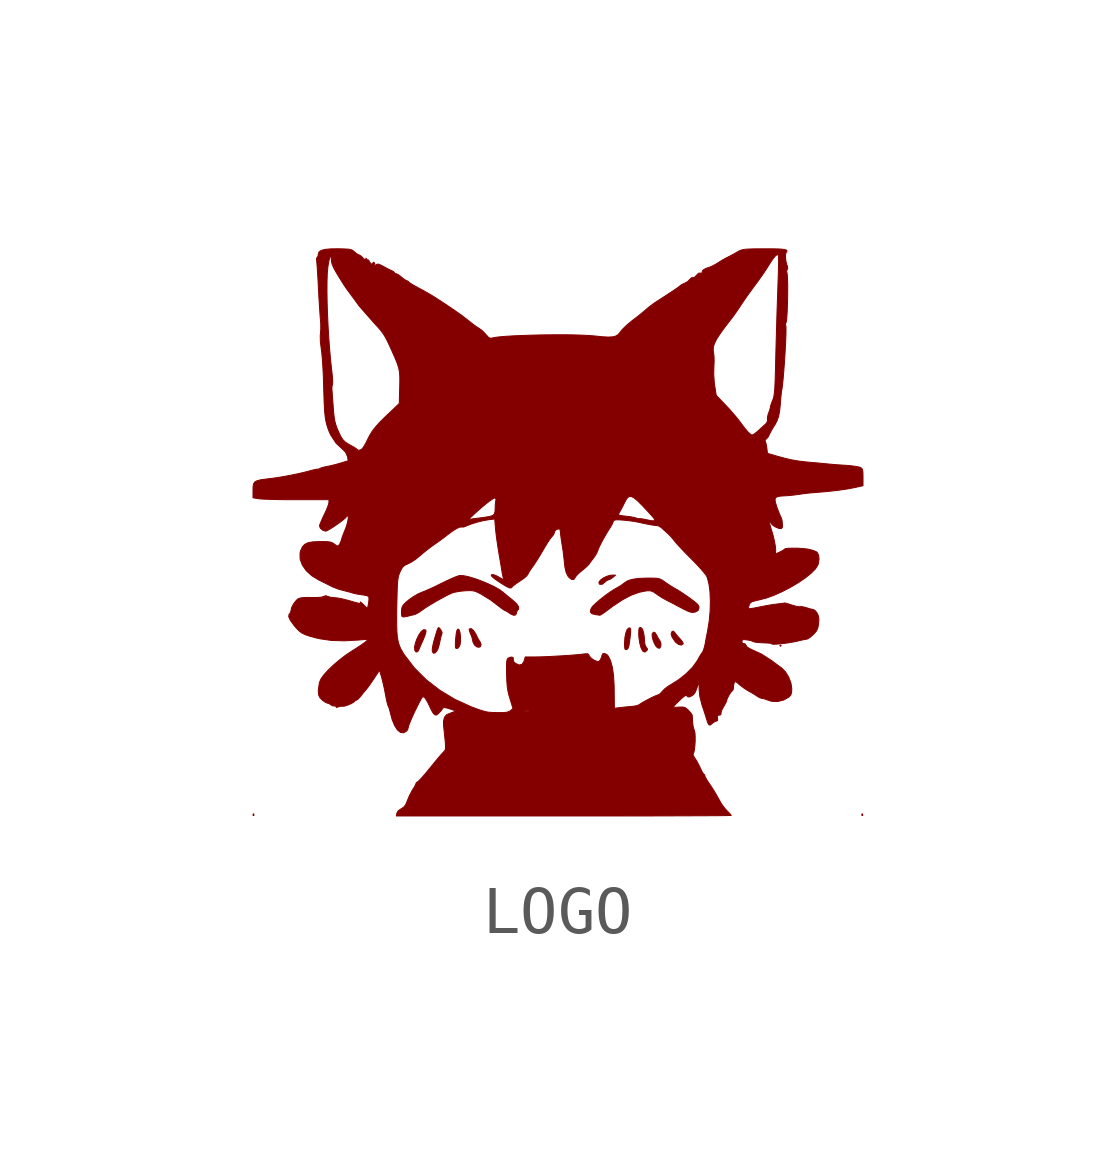
<source format=kicad_sym>
(kicad_symbol_lib
  (version 20220914)
  (generator "bitmap2component")
  (generator_version "9.0")
  (symbol "LOGO"
    (pin_names
      (offset 1.016))
    (property "Reference" "#G"
      (at 0 5.27 0)
      (effects (font (size 1.27 1.27)) hide))
    (symbol "LOGO_0_0"
      (polyline (pts (xy -6.331 -5.893) (xy -6.334 -5.864) (xy -6.341 -5.86) (xy -6.35 -5.88) (xy -6.348 -5.894) (xy -6.334 -5.897) (xy -6.331 -5.893)) (stroke (width 0.01) (type default)) (fill (type outline)))
      (polyline (pts (xy 0.452 -5.905) (xy 0.852 -5.905) (xy 1.236 -5.905) (xy 1.601 -5.904) (xy 1.944 -5.904) (xy 2.264 -5.903) (xy 2.556 -5.902) (xy 2.818 -5.901) (xy 3.048 -5.9) (xy 3.242 -5.899) (xy 3.397 -5.898) (xy 3.512 -5.896) (xy 3.583 -5.895) (xy 3.607 -5.894) (xy 3.599 -5.881) (xy 3.565 -5.843) (xy 3.512 -5.789) (xy 3.473 -5.746) (xy 3.405 -5.654) (xy 3.351 -5.559) (xy 3.346 -5.551) (xy 3.296 -5.46) (xy 3.231 -5.352) (xy 3.164 -5.251) (xy 3.142 -5.22) (xy 3.094 -5.144) (xy 3.063 -5.087) (xy 3.055 -5.059) (xy 3.057 -5.054) (xy 3.044 -5.04) (xy 3.029 -5.028) (xy 2.999 -4.981) (xy 2.965 -4.911) (xy 2.943 -4.862) (xy 2.895 -4.772) (xy 2.851 -4.702) (xy 2.838 -4.684) (xy 2.813 -4.636) (xy 2.814 -4.61) (xy 2.826 -4.589) (xy 2.84 -4.528) (xy 2.85 -4.441) (xy 2.856 -4.344) (xy 2.856 -4.249) (xy 2.851 -4.17) (xy 2.839 -4.122) (xy 2.832 -4.107) (xy 2.812 -4.036) (xy 2.803 -3.953) (xy 2.801 -3.924) (xy 2.798 -3.853) (xy 2.795 -3.81) (xy 2.792 -3.8) (xy 2.763 -3.757) (xy 2.715 -3.704) (xy 2.699 -3.688) (xy 2.649 -3.65) (xy 2.596 -3.636) (xy 2.518 -3.638) (xy 2.475 -3.641) (xy 2.419 -3.642) (xy 2.397 -3.639) (xy 2.397 -3.638) (xy 2.419 -3.612) (xy 2.466 -3.563) (xy 2.53 -3.5) (xy 2.583 -3.45) (xy 2.635 -3.407) (xy 2.667 -3.394) (xy 2.685 -3.406) (xy 2.699 -3.423) (xy 2.727 -3.428) (xy 2.78 -3.407) (xy 2.822 -3.379) (xy 2.86 -3.325) (xy 2.893 -3.237) (xy 2.935 -3.101) (xy 2.938 -3.266) (xy 2.951 -3.41) (xy 2.999 -3.6) (xy 3.031 -3.692) (xy 3.065 -3.796) (xy 3.09 -3.879) (xy 3.093 -3.889) (xy 3.12 -3.97) (xy 3.144 -4.009) (xy 3.172 -4.011) (xy 3.209 -3.98) (xy 3.255 -3.945) (xy 3.299 -3.929) (xy 3.3 -3.929) (xy 3.325 -3.914) (xy 3.321 -3.867) (xy 3.317 -3.848) (xy 3.321 -3.813) (xy 3.357 -3.805) (xy 3.388 -3.799) (xy 3.395 -3.77) (xy 3.394 -3.754) (xy 3.41 -3.701) (xy 3.445 -3.635) (xy 3.465 -3.602) (xy 3.496 -3.545) (xy 3.509 -3.513) (xy 3.509 -3.51) (xy 3.523 -3.462) (xy 3.556 -3.397) (xy 3.593 -3.337) (xy 3.625 -3.303) (xy 3.645 -3.28) (xy 3.655 -3.228) (xy 3.655 -3.193) (xy 3.668 -3.131) (xy 3.675 -3.118) (xy 3.693 -3.108) (xy 3.725 -3.125) (xy 3.782 -3.174) (xy 3.809 -3.196) (xy 3.897 -3.261) (xy 3.983 -3.313) (xy 4.011 -3.328) (xy 4.089 -3.373) (xy 4.148 -3.413) (xy 4.201 -3.444) (xy 4.255 -3.459) (xy 4.294 -3.465) (xy 4.356 -3.488) (xy 4.446 -3.518) (xy 4.569 -3.522) (xy 4.693 -3.493) (xy 4.803 -3.433) (xy 4.811 -3.426) (xy 4.847 -3.386) (xy 4.863 -3.335) (xy 4.867 -3.253) (xy 4.85 -3.138) (xy 4.803 -3.015) (xy 4.736 -2.904) (xy 4.657 -2.824) (xy 4.607 -2.788) (xy 4.533 -2.734) (xy 4.452 -2.673) (xy 4.238 -2.535) (xy 3.994 -2.422) (xy 3.942 -2.391) (xy 3.911 -2.349) (xy 3.898 -2.323) (xy 3.864 -2.314) (xy 3.841 -2.314) (xy 3.83 -2.275) (xy 3.83 -2.265) (xy 3.838 -2.239) (xy 3.869 -2.232) (xy 3.935 -2.239) (xy 3.96 -2.243) (xy 4.026 -2.258) (xy 4.064 -2.273) (xy 4.085 -2.282) (xy 4.141 -2.291) (xy 4.232 -2.298) (xy 4.367 -2.304) (xy 4.373 -2.304) (xy 4.426 -2.31) (xy 4.447 -2.321) (xy 4.461 -2.327) (xy 4.513 -2.329) (xy 4.594 -2.324) (xy 4.694 -2.314) (xy 4.799 -2.299) (xy 4.901 -2.282) (xy 4.987 -2.264) (xy 5.065 -2.245) (xy 5.138 -2.229) (xy 5.179 -2.224) (xy 5.2 -2.216) (xy 5.252 -2.183) (xy 5.312 -2.13) (xy 5.329 -2.114) (xy 5.382 -2.052) (xy 5.41 -1.988) (xy 5.426 -1.899) (xy 5.432 -1.811) (xy 5.423 -1.743) (xy 5.396 -1.683) (xy 5.391 -1.674) (xy 5.35 -1.625) (xy 5.313 -1.606) (xy 5.301 -1.604) (xy 5.244 -1.591) (xy 5.171 -1.569) (xy 5.143 -1.56) (xy 5.075 -1.546) (xy 5.032 -1.546) (xy 5.004 -1.547) (xy 4.94 -1.535) (xy 4.86 -1.511) (xy 4.798 -1.49) (xy 4.74 -1.474) (xy 4.715 -1.47) (xy 4.695 -1.475) (xy 4.638 -1.483) (xy 4.558 -1.492) (xy 4.543 -1.494) (xy 4.439 -1.508) (xy 4.315 -1.53) (xy 4.195 -1.554) (xy 4.15 -1.563) (xy 4.061 -1.58) (xy 3.997 -1.589) (xy 3.969 -1.589) (xy 3.967 -1.562) (xy 3.981 -1.51) (xy 3.986 -1.496) (xy 4.006 -1.466) (xy 4.042 -1.444) (xy 4.105 -1.425) (xy 4.205 -1.402) (xy 4.337 -1.368) (xy 4.502 -1.308) (xy 4.674 -1.231) (xy 4.844 -1.142) (xy 5.006 -1.046) (xy 5.151 -0.947) (xy 5.272 -0.849) (xy 5.362 -0.758) (xy 5.412 -0.677) (xy 5.42 -0.652) (xy 5.435 -0.557) (xy 5.425 -0.472) (xy 5.393 -0.413) (xy 5.36 -0.395) (xy 5.288 -0.369) (xy 5.201 -0.349) (xy 5.175 -0.345) (xy 5.085 -0.336) (xy 4.986 -0.33) (xy 4.887 -0.329) (xy 4.802 -0.331) (xy 4.742 -0.337) (xy 4.719 -0.347) (xy 4.711 -0.356) (xy 4.672 -0.381) (xy 4.617 -0.41) (xy 4.564 -0.434) (xy 4.53 -0.445) (xy 4.526 -0.442) (xy 4.528 -0.413) (xy 4.533 -0.37) (xy 4.525 -0.286) (xy 4.505 -0.178) (xy 4.476 -0.056) (xy 4.439 0.068) (xy 4.432 0.088) (xy 4.41 0.169) (xy 4.398 0.226) (xy 4.401 0.247) (xy 4.406 0.247) (xy 4.423 0.224) (xy 4.423 0.219) (xy 4.444 0.176) (xy 4.49 0.135) (xy 4.548 0.101) (xy 4.606 0.081) (xy 4.652 0.08) (xy 4.672 0.105) (xy 4.673 0.123) (xy 4.671 0.197) (xy 4.661 0.267) (xy 4.646 0.309) (xy 4.644 0.312) (xy 4.624 0.353) (xy 4.595 0.425) (xy 4.561 0.514) (xy 4.553 0.538) (xy 4.523 0.636) (xy 4.519 0.699) (xy 4.547 0.735) (xy 4.612 0.753) (xy 4.719 0.761) (xy 4.793 0.765) (xy 4.912 0.777) (xy 5.016 0.791) (xy 5.103 0.804) (xy 5.221 0.818) (xy 5.337 0.828) (xy 5.581 0.848) (xy 5.812 0.873) (xy 6.011 0.901) (xy 6.171 0.931) (xy 6.35 0.971) (xy 6.35 1.149) (xy 6.35 1.177) (xy 6.348 1.259) (xy 6.339 1.308) (xy 6.321 1.335) (xy 6.29 1.354) (xy 6.263 1.362) (xy 6.189 1.375) (xy 6.088 1.388) (xy 5.975 1.397) (xy 5.905 1.401) (xy 5.791 1.409) (xy 5.695 1.417) (xy 5.633 1.423) (xy 5.594 1.427) (xy 5.507 1.435) (xy 5.396 1.446) (xy 5.275 1.456) (xy 5.146 1.468) (xy 4.993 1.487) (xy 4.857 1.511) (xy 4.718 1.543) (xy 4.559 1.587) (xy 4.361 1.645) (xy 4.348 1.755) (xy 4.344 1.784) (xy 4.33 1.854) (xy 4.316 1.897) (xy 4.31 1.915) (xy 4.332 1.942) (xy 4.335 1.943) (xy 4.369 1.976) (xy 4.4 2.034) (xy 4.409 2.055) (xy 4.45 2.133) (xy 4.498 2.212) (xy 4.515 2.237) (xy 4.562 2.326) (xy 4.595 2.423) (xy 4.616 2.54) (xy 4.631 2.693) (xy 4.633 2.725) (xy 4.641 2.825) (xy 4.65 2.906) (xy 4.657 2.953) (xy 4.665 2.997) (xy 4.676 3.087) (xy 4.688 3.206) (xy 4.7 3.347) (xy 4.712 3.502) (xy 4.723 3.663) (xy 4.732 3.821) (xy 4.74 3.97) (xy 4.745 4.101) (xy 4.747 4.207) (xy 4.746 4.279) (xy 4.741 4.31) (xy 4.734 4.326) (xy 4.747 4.365) (xy 4.75 4.372) (xy 4.759 4.42) (xy 4.766 4.506) (xy 4.773 4.619) (xy 4.777 4.751) (xy 4.781 4.891) (xy 4.782 5.032) (xy 4.782 5.162) (xy 4.779 5.273) (xy 4.774 5.356) (xy 4.767 5.402) (xy 4.76 5.437) (xy 4.773 5.479) (xy 4.784 5.498) (xy 4.774 5.551) (xy 4.764 5.572) (xy 4.746 5.641) (xy 4.737 5.72) (xy 4.738 5.788) (xy 4.75 5.827) (xy 4.763 5.843) (xy 4.768 5.865) (xy 4.745 5.881) (xy 4.69 5.893) (xy 4.599 5.9) (xy 4.468 5.903) (xy 4.292 5.903) (xy 4.226 5.903) (xy 4.083 5.902) (xy 3.978 5.899) (xy 3.902 5.894) (xy 3.847 5.886) (xy 3.803 5.873) (xy 3.763 5.855) (xy 3.719 5.829) (xy 3.669 5.801) (xy 3.584 5.755) (xy 3.517 5.721) (xy 3.489 5.707) (xy 3.411 5.663) (xy 3.331 5.612) (xy 3.294 5.589) (xy 3.22 5.548) (xy 3.163 5.524) (xy 3.16 5.523) (xy 3.066 5.49) (xy 3.011 5.453) (xy 3.001 5.417) (xy 3.001 5.396) (xy 2.968 5.398) (xy 2.927 5.396) (xy 2.882 5.351) (xy 2.845 5.312) (xy 2.806 5.303) (xy 2.78 5.301) (xy 2.745 5.268) (xy 2.744 5.266) (xy 2.701 5.223) (xy 2.639 5.188) (xy 2.633 5.186) (xy 2.571 5.156) (xy 2.533 5.128) (xy 2.525 5.121) (xy 2.502 5.102) (xy 2.463 5.074) (xy 2.402 5.033) (xy 2.315 4.976) (xy 2.196 4.898) (xy 2.04 4.798) (xy 1.994 4.766) (xy 1.904 4.7) (xy 1.83 4.638) (xy 1.811 4.62) (xy 1.739 4.56) (xy 1.648 4.487) (xy 1.553 4.415) (xy 1.515 4.385) (xy 1.426 4.309) (xy 1.35 4.236) (xy 1.302 4.178) (xy 1.287 4.157) (xy 1.247 4.114) (xy 1.198 4.085) (xy 1.132 4.07) (xy 1.041 4.066) (xy 0.917 4.073) (xy 0.752 4.09) (xy 0.749 4.09) (xy 0.625 4.1) (xy 0.471 4.107) (xy 0.291 4.112) (xy 0.093 4.114) (xy -0.116 4.113) (xy -0.33 4.111) (xy -0.541 4.106) (xy -0.744 4.099) (xy -0.931 4.091) (xy -1.095 4.081) (xy -1.23 4.069) (xy -1.33 4.056) (xy -1.387 4.042) (xy -1.404 4.039) (xy -1.446 4.059) (xy -1.502 4.12) (xy -1.524 4.146) (xy -1.589 4.209) (xy -1.647 4.25) (xy -1.699 4.282) (xy -1.774 4.337) (xy -1.853 4.4) (xy -1.886 4.426) (xy -2.007 4.519) (xy -2.165 4.63) (xy -2.354 4.758) (xy -2.57 4.898) (xy -2.589 4.91) (xy -2.684 4.967) (xy -2.798 5.032) (xy -2.909 5.091) (xy -2.958 5.118) (xy -3.038 5.163) (xy -3.093 5.199) (xy -3.113 5.218) (xy -3.116 5.226) (xy -3.145 5.238) (xy -3.156 5.241) (xy -3.201 5.267) (xy -3.257 5.312) (xy -3.28 5.332) (xy -3.335 5.371) (xy -3.374 5.386) (xy -3.39 5.389) (xy -3.41 5.41) (xy -3.421 5.427) (xy -3.463 5.449) (xy -3.491 5.461) (xy -3.558 5.494) (xy -3.635 5.537) (xy -3.686 5.563) (xy -3.741 5.585) (xy -3.769 5.583) (xy -3.773 5.577) (xy -3.808 5.559) (xy -3.816 5.561) (xy -3.818 5.582) (xy -3.815 5.591) (xy -3.829 5.621) (xy -3.839 5.625) (xy -3.854 5.61) (xy -3.855 5.602) (xy -3.872 5.584) (xy -3.901 5.598) (xy -3.928 5.64) (xy -3.943 5.671) (xy -3.952 5.671) (xy -3.958 5.663) (xy -3.978 5.683) (xy -3.982 5.689) (xy -3.999 5.708) (xy -4.002 5.683) (xy -4.003 5.677) (xy -4.021 5.675) (xy -4.062 5.715) (xy -4.071 5.725) (xy -4.114 5.764) (xy -4.142 5.777) (xy -4.147 5.777) (xy -4.183 5.795) (xy -4.232 5.835) (xy -4.246 5.848) (xy -4.279 5.873) (xy -4.317 5.888) (xy -4.372 5.897) (xy -4.454 5.901) (xy -4.575 5.904) (xy -4.732 5.902) (xy -4.852 5.891) (xy -4.932 5.869) (xy -4.977 5.836) (xy -4.991 5.79) (xy -4.996 5.754) (xy -5.016 5.72) (xy -5.024 5.713) (xy -5.029 5.684) (xy -5.027 5.678) (xy -5.022 5.63) (xy -5.015 5.543) (xy -5.007 5.425) (xy -4.998 5.283) (xy -4.99 5.124) (xy -4.988 5.081) (xy -4.984 5.019) (xy -4.81 5.019) (xy -4.809 5.219) (xy -4.804 5.385) (xy -4.793 5.51) (xy -4.783 5.579) (xy -4.766 5.668) (xy -4.748 5.728) (xy -4.734 5.753) (xy -4.723 5.739) (xy -4.719 5.681) (xy -4.715 5.633) (xy -4.701 5.579) (xy -4.672 5.511) (xy -4.625 5.424) (xy -4.557 5.311) (xy -4.465 5.164) (xy -4.411 5.083) (xy -4.133 4.705) (xy -3.809 4.336) (xy -3.78 4.306) (xy -3.705 4.222) (xy -3.646 4.146) (xy -3.595 4.064) (xy -3.543 3.963) (xy -3.481 3.829) (xy -3.464 3.792) (xy 3.231 3.792) (xy 3.235 3.859) (xy 3.258 3.934) (xy 3.303 4.023) (xy 3.373 4.132) (xy 3.47 4.266) (xy 3.597 4.431) (xy 3.602 4.436) (xy 3.668 4.525) (xy 3.743 4.632) (xy 3.812 4.736) (xy 3.855 4.801) (xy 3.933 4.914) (xy 4.021 5.036) (xy 4.106 5.151) (xy 4.165 5.231) (xy 4.254 5.356) (xy 4.336 5.478) (xy 4.4 5.58) (xy 4.423 5.617) (xy 4.478 5.697) (xy 4.525 5.754) (xy 4.556 5.778) (xy 4.567 5.78) (xy 4.576 5.78) (xy 4.583 5.774) (xy 4.588 5.756) (xy 4.591 5.723) (xy 4.593 5.67) (xy 4.592 5.594) (xy 4.59 5.49) (xy 4.586 5.353) (xy 4.58 5.18) (xy 4.573 4.966) (xy 4.564 4.707) (xy 4.56 4.592) (xy 4.555 4.418) (xy 4.549 4.217) (xy 4.543 4.001) (xy 4.537 3.781) (xy 4.532 3.57) (xy 4.527 3.371) (xy 4.522 3.199) (xy 4.517 3.066) (xy 4.511 2.963) (xy 4.503 2.887) (xy 4.494 2.83) (xy 4.483 2.786) (xy 4.469 2.75) (xy 4.457 2.721) (xy 4.432 2.654) (xy 4.423 2.611) (xy 4.422 2.604) (xy 4.409 2.552) (xy 4.385 2.485) (xy 4.378 2.469) (xy 4.361 2.399) (xy 4.361 2.348) (xy 4.363 2.318) (xy 4.337 2.269) (xy 4.309 2.244) (xy 4.252 2.193) (xy 4.186 2.131) (xy 4.131 2.083) (xy 4.076 2.042) (xy 4.043 2.026) (xy 4.019 2.034) (xy 3.963 2.082) (xy 3.887 2.17) (xy 3.792 2.298) (xy 3.752 2.35) (xy 3.676 2.442) (xy 3.587 2.545) (xy 3.495 2.644) (xy 3.294 2.854) (xy 3.262 3.058) (xy 3.254 3.12) (xy 3.242 3.293) (xy 3.246 3.454) (xy 3.246 3.459) (xy 3.251 3.567) (xy 3.248 3.668) (xy 3.238 3.742) (xy 3.231 3.792) (xy -3.464 3.792) (xy -3.443 3.744) (xy -3.385 3.612) (xy -3.344 3.509) (xy -3.317 3.422) (xy -3.301 3.34) (xy -3.294 3.252) (xy -3.293 3.148) (xy -3.296 3.015) (xy -3.305 2.683) (xy -3.54 2.459) (xy -3.582 2.42) (xy -3.703 2.3) (xy -3.794 2.2) (xy -3.865 2.109) (xy -3.921 2.019) (xy -3.971 1.92) (xy -3.997 1.867) (xy -4.038 1.795) (xy -4.07 1.748) (xy -4.099 1.723) (xy -4.15 1.706) (xy -4.188 1.73) (xy -4.202 1.743) (xy -4.251 1.776) (xy -4.32 1.814) (xy -4.352 1.831) (xy -4.426 1.877) (xy -4.48 1.931) (xy -4.527 2.005) (xy -4.577 2.113) (xy -4.598 2.163) (xy -4.625 2.237) (xy -4.645 2.312) (xy -4.66 2.398) (xy -4.672 2.509) (xy -4.683 2.656) (xy -4.686 2.693) (xy -4.694 2.804) (xy -4.701 2.901) (xy -4.706 2.965) (xy -4.707 2.973) (xy -4.706 3.037) (xy -4.696 3.076) (xy -4.691 3.101) (xy -4.692 3.167) (xy -4.699 3.261) (xy -4.711 3.373) (xy -4.732 3.56) (xy -4.753 3.795) (xy -4.772 4.044) (xy -4.787 4.299) (xy -4.799 4.551) (xy -4.807 4.794) (xy -4.81 5.019) (xy -4.984 5.019) (xy -4.979 4.911) (xy -4.969 4.751) (xy -4.96 4.609) (xy -4.952 4.496) (xy -4.946 4.423) (xy -4.94 4.346) (xy -4.939 4.234) (xy -4.946 4.14) (xy -4.95 4.092) (xy -4.947 3.964) (xy -4.928 3.816) (xy -4.928 3.811) (xy -4.916 3.72) (xy -4.905 3.591) (xy -4.895 3.437) (xy -4.886 3.269) (xy -4.881 3.098) (xy -4.88 3.072) (xy -4.874 2.857) (xy -4.868 2.683) (xy -4.86 2.544) (xy -4.85 2.432) (xy -4.837 2.341) (xy -4.82 2.262) (xy -4.799 2.19) (xy -4.772 2.116) (xy -4.733 2.028) (xy -4.62 1.857) (xy -4.465 1.712) (xy -4.42 1.664) (xy -4.382 1.575) (xy -4.368 1.491) (xy -4.538 1.439) (xy -4.63 1.413) (xy -4.735 1.387) (xy -4.818 1.37) (xy -4.848 1.365) (xy -4.918 1.347) (xy -4.96 1.329) (xy -4.976 1.318) (xy -4.991 1.317) (xy -4.996 1.318) (xy -5.037 1.312) (xy -5.11 1.296) (xy -5.204 1.271) (xy -5.226 1.265) (xy -5.4 1.223) (xy -5.597 1.183) (xy -5.793 1.148) (xy -5.966 1.123) (xy -6.079 1.11) (xy -6.191 1.094) (xy -6.268 1.074) (xy -6.314 1.048) (xy -6.339 1.009) (xy -6.348 0.954) (xy -6.35 0.878) (xy -6.35 0.72) (xy -6.233 0.7) (xy -6.181 0.695) (xy -6.085 0.69) (xy -5.956 0.686) (xy -5.8 0.682) (xy -5.626 0.68) (xy -5.442 0.68) (xy -4.769 0.68) (xy -4.769 0.625) (xy -4.771 0.61) (xy -4.789 0.549) (xy -4.823 0.464) (xy -4.868 0.368) (xy -4.889 0.324) (xy -4.928 0.236) (xy -4.956 0.169) (xy -4.966 0.134) (xy -4.946 0.085) (xy -4.896 0.043) (xy -4.837 0.025) (xy -4.835 0.025) (xy -4.796 0.041) (xy -4.731 0.079) (xy -4.65 0.131) (xy -4.565 0.19) (xy -4.488 0.248) (xy -4.43 0.296) (xy -4.402 0.328) (xy -4.402 0.328) (xy -4.375 0.346) (xy -4.373 0.346) (xy -4.365 0.321) (xy -4.371 0.268) (xy -1.865 0.268) (xy -1.764 0.362) (xy -1.721 0.403) (xy -1.611 0.501) (xy -1.508 0.587) (xy -1.42 0.655) (xy -1.354 0.7) (xy -1.317 0.717) (xy -1.292 0.705) (xy -1.294 0.661) (xy -1.298 0.642) (xy -1.306 0.571) (xy -1.309 0.487) (xy -1.311 0.436) (xy -1.325 0.383) (xy -1.348 0.362) (xy 1.261 0.362) (xy 1.266 0.391) (xy 1.292 0.44) (xy 1.307 0.465) (xy 1.347 0.54) (xy 1.388 0.623) (xy 1.391 0.629) (xy 1.432 0.702) (xy 1.473 0.742) (xy 1.522 0.748) (xy 1.583 0.718) (xy 1.663 0.651) (xy 1.767 0.546) (xy 1.838 0.47) (xy 1.911 0.391) (xy 1.966 0.33) (xy 1.995 0.295) (xy 2 0.288) (xy 2.014 0.255) (xy 1.996 0.24) (xy 1.94 0.243) (xy 1.843 0.263) (xy 1.776 0.277) (xy 1.714 0.286) (xy 1.685 0.285) (xy 1.671 0.283) (xy 1.63 0.297) (xy 1.594 0.309) (xy 1.52 0.323) (xy 1.43 0.335) (xy 1.354 0.343) (xy 1.29 0.353) (xy 1.261 0.361) (xy 1.261 0.362) (xy -1.348 0.362) (xy -1.36 0.35) (xy -1.426 0.33) (xy -1.532 0.313) (xy -1.548 0.311) (xy -1.653 0.297) (xy -1.754 0.284) (xy -1.865 0.268) (xy -4.371 0.268) (xy -4.371 0.264) (xy -4.388 0.186) (xy -4.414 0.102) (xy -4.445 0.022) (xy -4.458 -0.009) (xy -4.489 -0.088) (xy -4.507 -0.148) (xy -4.521 -0.194) (xy -4.552 -0.255) (xy -4.556 -0.26) (xy -4.58 -0.284) (xy -4.607 -0.279) (xy -4.655 -0.245) (xy -4.678 -0.228) (xy -4.718 -0.208) (xy -4.77 -0.197) (xy -4.847 -0.192) (xy -4.961 -0.192) (xy -4.967 -0.192) (xy -5.106 -0.198) (xy -5.205 -0.216) (xy -5.275 -0.251) (xy -5.323 -0.305) (xy -5.359 -0.385) (xy -5.371 -0.434) (xy -5.369 -0.556) (xy -5.324 -0.679) (xy -5.242 -0.798) (xy -5.125 -0.904) (xy -4.979 -0.993) (xy -4.907 -1.028) (xy -4.804 -1.079) (xy -4.719 -1.122) (xy -4.679 -1.141) (xy -4.575 -1.181) (xy -4.472 -1.21) (xy -4.418 -1.223) (xy -4.334 -1.245) (xy -4.275 -1.263) (xy -4.251 -1.27) (xy -4.176 -1.286) (xy -4.089 -1.299) (xy -4.046 -1.305) (xy -3.98 -1.319) (xy -3.944 -1.334) (xy -3.939 -1.345) (xy -3.935 -1.396) (xy -3.944 -1.472) (xy -3.966 -1.588) (xy -4.05 -1.504) (xy -4.08 -1.476) (xy -4.111 -1.449) (xy -4.116 -1.452) (xy -4.113 -1.458) (xy -4.109 -1.474) (xy -4.123 -1.479) (xy -4.164 -1.473) (xy -4.237 -1.454) (xy -4.35 -1.421) (xy -4.38 -1.413) (xy -4.488 -1.386) (xy -4.585 -1.367) (xy -4.653 -1.359) (xy -4.663 -1.359) (xy -4.739 -1.35) (xy -4.797 -1.332) (xy -4.835 -1.319) (xy -4.88 -1.334) (xy -4.922 -1.349) (xy -5.008 -1.356) (xy -5.132 -1.356) (xy -5.248 -1.355) (xy -5.345 -1.363) (xy -5.403 -1.378) (xy -5.445 -1.412) (xy -5.5 -1.481) (xy -5.543 -1.559) (xy -5.559 -1.626) (xy -5.564 -1.658) (xy -5.584 -1.692) (xy -5.6 -1.707) (xy -5.605 -1.753) (xy -3.359 -1.753) (xy -3.356 -1.535) (xy -3.353 -1.401) (xy -3.349 -1.244) (xy -3.345 -1.124) (xy -3.339 -1.033) (xy -3.331 -0.965) (xy -3.321 -0.912) (xy -3.307 -0.868) (xy -3.289 -0.824) (xy -3.277 -0.797) (xy -3.238 -0.729) (xy -3.192 -0.687) (xy -3.122 -0.655) (xy -3.122 -0.654) (xy -3.047 -0.616) (xy -2.957 -0.555) (xy -2.871 -0.485) (xy -2.787 -0.413) (xy -2.674 -0.324) (xy -2.57 -0.249) (xy -2.475 -0.183) (xy -2.377 -0.111) (xy -2.298 -0.049) (xy -2.296 -0.048) (xy -2.198 0.026) (xy -2.11 0.08) (xy -2.042 0.11) (xy -2.001 0.111) (xy -2.001 0.111) (xy -1.964 0.111) (xy -1.909 0.132) (xy -1.9 0.136) (xy -1.806 0.174) (xy -1.684 0.212) (xy -1.555 0.244) (xy -1.438 0.264) (xy -1.317 0.278) (xy -1.302 0.083) (xy -1.294 0.007) (xy -1.278 -0.124) (xy -1.257 -0.268) (xy -1.235 -0.408) (xy -1.215 -0.523) (xy -1.196 -0.636) (xy -1.181 -0.725) (xy -1.172 -0.778) (xy -1.162 -0.842) (xy -1.146 -0.92) (xy -1.131 -0.988) (xy -1.247 -0.923) (xy -1.282 -0.904) (xy -1.351 -0.878) (xy -1.388 -0.884) (xy -1.391 -0.888) (xy -1.377 -0.918) (xy -1.321 -0.966) (xy -1.222 -1.035) (xy -1.177 -1.064) (xy -1.082 -1.122) (xy -1.018 -1.153) (xy -0.979 -1.159) (xy -0.96 -1.143) (xy -0.945 -1.125) (xy -0.906 -1.093) (xy -0.838 -1.045) (xy -0.734 -0.975) (xy -0.709 -0.957) (xy -0.654 -0.909) (xy -0.625 -0.87) (xy -0.61 -0.839) (xy -0.571 -0.777) (xy -0.52 -0.704) (xy -0.496 -0.67) (xy -0.435 -0.578) (xy -0.367 -0.467) (xy -0.302 -0.356) (xy -0.264 -0.291) (xy -0.207 -0.199) (xy -0.158 -0.127) (xy -0.124 -0.087) (xy -0.091 -0.047) (xy -0.074 0.001) (xy -0.071 0.019) (xy -0.035 0.059) (xy 0.027 0.074) (xy 0.041 0.061) (xy 0.049 0.016) (xy 0.05 0.005) (xy 0.056 -0.057) (xy 0.068 -0.147) (xy 0.084 -0.25) (xy 0.085 -0.254) (xy 0.105 -0.383) (xy 0.122 -0.522) (xy 0.135 -0.642) (xy 0.144 -0.725) (xy 0.168 -0.831) (xy 0.205 -0.908) (xy 0.229 -0.939) (xy 0.282 -0.98) (xy 0.328 -0.982) (xy 0.358 -0.941) (xy 0.376 -0.912) (xy 0.425 -0.859) (xy 0.491 -0.803) (xy 0.543 -0.761) (xy 0.606 -0.705) (xy 0.645 -0.662) (xy 0.654 -0.649) (xy 0.697 -0.591) (xy 0.748 -0.524) (xy 0.763 -0.503) (xy 0.807 -0.432) (xy 0.831 -0.373) (xy 0.839 -0.348) (xy 0.871 -0.278) (xy 0.918 -0.186) (xy 0.974 -0.085) (xy 1.033 0.015) (xy 1.087 0.099) (xy 1.12 0.154) (xy 1.146 0.215) (xy 1.152 0.23) (xy 1.167 0.25) (xy 1.199 0.26) (xy 1.257 0.261) (xy 1.354 0.255) (xy 1.465 0.244) (xy 1.584 0.228) (xy 1.68 0.21) (xy 1.684 0.209) (xy 1.8 0.183) (xy 1.914 0.161) (xy 2.011 0.145) (xy 2.075 0.138) (xy 2.103 0.13) (xy 2.151 0.099) (xy 2.162 0.088) (xy 2.213 0.042) (xy 2.274 -0.013) (xy 2.289 -0.026) (xy 2.361 -0.099) (xy 2.42 -0.173) (xy 2.44 -0.198) (xy 2.496 -0.262) (xy 2.575 -0.347) (xy 2.67 -0.446) (xy 2.773 -0.549) (xy 2.838 -0.615) (xy 2.934 -0.716) (xy 3.014 -0.806) (xy 3.072 -0.878) (xy 3.101 -0.924) (xy 3.107 -0.94) (xy 3.142 -1.071) (xy 3.164 -1.239) (xy 3.172 -1.431) (xy 3.167 -1.637) (xy 3.148 -1.848) (xy 3.115 -2.051) (xy 3.105 -2.1) (xy 3.082 -2.218) (xy 3.062 -2.329) (xy 3.048 -2.39) (xy 3.025 -2.462) (xy 3.003 -2.503) (xy 2.991 -2.518) (xy 2.954 -2.573) (xy 2.915 -2.644) (xy 2.897 -2.677) (xy 2.8 -2.81) (xy 2.668 -2.943) (xy 2.512 -3.068) (xy 2.342 -3.174) (xy 2.302 -3.198) (xy 2.225 -3.255) (xy 2.17 -3.311) (xy 2.162 -3.321) (xy 2.118 -3.367) (xy 2.082 -3.385) (xy 2.079 -3.385) (xy 2.038 -3.4) (xy 1.969 -3.431) (xy 1.886 -3.473) (xy 1.802 -3.518) (xy 1.731 -3.559) (xy 1.685 -3.59) (xy 1.676 -3.595) (xy 1.622 -3.612) (xy 1.549 -3.623) (xy 1.51 -3.626) (xy 1.41 -3.635) (xy 1.31 -3.646) (xy 1.174 -3.662) (xy 1.17 -3.295) (xy 1.169 -3.2) (xy 1.157 -2.987) (xy 1.133 -2.815) (xy 1.097 -2.68) (xy 1.047 -2.576) (xy 1.017 -2.543) (xy 0.971 -2.522) (xy 0.931 -2.529) (xy 0.914 -2.565) (xy 0.907 -2.6) (xy 0.879 -2.657) (xy 0.869 -2.671) (xy 0.845 -2.691) (xy 0.813 -2.687) (xy 0.753 -2.661) (xy 0.736 -2.652) (xy 0.678 -2.609) (xy 0.649 -2.567) (xy 0.638 -2.54) (xy 0.608 -2.526) (xy 0.546 -2.531) (xy 0.486 -2.539) (xy 0.378 -2.549) (xy 0.241 -2.56) (xy 0.087 -2.57) (xy -0.072 -2.579) (xy -0.226 -2.587) (xy -0.363 -2.592) (xy -0.471 -2.594) (xy -0.682 -2.594) (xy -0.705 -2.675) (xy -0.71 -2.688) (xy -0.749 -2.748) (xy -0.806 -2.762) (xy -0.881 -2.73) (xy -0.922 -2.693) (xy -0.931 -2.642) (xy -0.935 -2.605) (xy -0.971 -2.595) (xy -1.033 -2.616) (xy -1.046 -2.626) (xy -1.06 -2.651) (xy -1.069 -2.698) (xy -1.072 -2.776) (xy -1.071 -2.894) (xy -1.07 -2.973) (xy -1.065 -3.105) (xy -1.057 -3.209) (xy -1.051 -3.249) (xy -0.964 -3.249) (xy -0.951 -3.237) (xy -0.939 -3.249) (xy -0.951 -3.261) (xy -0.964 -3.249) (xy -1.051 -3.249) (xy -1.043 -3.299) (xy -1.022 -3.39) (xy -0.99 -3.496) (xy -0.937 -3.669) (xy -0.99 -3.712) (xy -1.004 -3.722) (xy -0.695 -3.722) (xy -0.685 -3.714) (xy -0.66 -3.71) (xy -0.611 -3.715) (xy -0.609 -3.716) (xy -0.613 -3.723) (xy -0.655 -3.726) (xy -0.662 -3.726) (xy -0.695 -3.722) (xy -1.004 -3.722) (xy -1.01 -3.726) (xy -1.06 -3.744) (xy -1.133 -3.752) (xy -1.244 -3.753) (xy -1.28 -3.752) (xy -1.38 -3.749) (xy -1.456 -3.743) (xy -1.525 -3.729) (xy -1.605 -3.705) (xy -1.713 -3.667) (xy -1.809 -3.631) (xy -2.148 -3.476) (xy -2.461 -3.287) (xy -2.744 -3.068) (xy -2.99 -2.822) (xy -3.196 -2.553) (xy -3.227 -2.506) (xy -3.27 -2.431) (xy -3.303 -2.357) (xy -3.327 -2.277) (xy -3.344 -2.184) (xy -3.354 -2.071) (xy -3.358 -1.929) (xy -3.359 -1.753) (xy -5.605 -1.753) (xy -5.606 -1.758) (xy -5.571 -1.834) (xy -5.496 -1.937) (xy -5.46 -1.98) (xy -5.399 -2.045) (xy -5.337 -2.093) (xy -5.262 -2.131) (xy -5.163 -2.164) (xy -5.028 -2.2) (xy -4.956 -2.216) (xy -4.72 -2.25) (xy -4.454 -2.258) (xy -4.151 -2.242) (xy -3.941 -2.224) (xy -4.015 -2.285) (xy -4.035 -2.301) (xy -4.103 -2.349) (xy -4.194 -2.409) (xy -4.292 -2.471) (xy -4.414 -2.552) (xy -4.546 -2.653) (xy -4.674 -2.762) (xy -4.787 -2.87) (xy -4.877 -2.969) (xy -4.934 -3.05) (xy -4.968 -3.129) (xy -4.99 -3.282) (xy -4.99 -3.317) (xy -4.983 -3.387) (xy -4.96 -3.437) (xy -4.914 -3.486) (xy -4.896 -3.502) (xy -4.838 -3.542) (xy -4.794 -3.558) (xy -4.768 -3.563) (xy -4.721 -3.594) (xy -4.699 -3.61) (xy -4.656 -3.615) (xy -4.638 -3.613) (xy -4.62 -3.63) (xy -4.611 -3.646) (xy -4.573 -3.633) (xy -4.539 -3.621) (xy -4.491 -3.62) (xy -4.482 -3.622) (xy -4.433 -3.615) (xy -4.366 -3.592) (xy -4.299 -3.562) (xy -4.246 -3.531) (xy -4.225 -3.506) (xy -4.224 -3.498) (xy -4.203 -3.494) (xy -4.192 -3.494) (xy -4.157 -3.467) (xy -4.111 -3.416) (xy -4.093 -3.392) (xy -4.039 -3.325) (xy -3.995 -3.274) (xy -3.988 -3.265) (xy -3.947 -3.212) (xy -3.892 -3.135) (xy -3.833 -3.047) (xy -3.716 -2.871) (xy -3.673 -3.015) (xy -3.668 -3.031) (xy -3.643 -3.133) (xy -3.615 -3.256) (xy -3.592 -3.377) (xy -3.584 -3.421) (xy -3.565 -3.515) (xy -3.547 -3.585) (xy -3.534 -3.619) (xy -3.532 -3.622) (xy -3.514 -3.666) (xy -3.497 -3.731) (xy -3.495 -3.74) (xy -3.453 -3.898) (xy -3.401 -4.024) (xy -3.343 -4.114) (xy -3.28 -4.165) (xy -3.215 -4.174) (xy -3.152 -4.137) (xy -3.13 -4.106) (xy -3.113 -4.046) (xy -3.112 -4.037) (xy -3.095 -3.986) (xy -3.062 -3.907) (xy -3.019 -3.809) (xy -2.97 -3.704) (xy -2.92 -3.603) (xy -2.875 -3.515) (xy -2.839 -3.451) (xy -2.818 -3.422) (xy -2.806 -3.42) (xy -2.769 -3.448) (xy -2.723 -3.519) (xy -2.668 -3.632) (xy -2.65 -3.671) (xy -2.608 -3.75) (xy -2.573 -3.792) (xy -2.539 -3.805) (xy -2.526 -3.8) (xy -2.486 -3.77) (xy -2.441 -3.722) (xy -2.405 -3.673) (xy -2.391 -3.654) (xy -2.365 -3.647) (xy -2.317 -3.656) (xy -2.236 -3.68) (xy -2.167 -3.704) (xy -2.13 -3.721) (xy -2.131 -3.729) (xy -2.159 -3.733) (xy -2.218 -3.754) (xy -2.244 -3.766) (xy -2.304 -3.79) (xy -2.319 -3.797) (xy -2.362 -3.847) (xy -2.384 -3.93) (xy -2.382 -4.034) (xy -2.381 -4.039) (xy -2.372 -4.119) (xy -2.361 -4.224) (xy -2.35 -4.334) (xy -2.347 -4.367) (xy -2.342 -4.456) (xy -2.344 -4.511) (xy -2.356 -4.544) (xy -2.379 -4.569) (xy -2.387 -4.576) (xy -2.428 -4.62) (xy -2.49 -4.692) (xy -2.566 -4.784) (xy -2.649 -4.887) (xy -2.679 -4.923) (xy -2.76 -5.021) (xy -2.832 -5.104) (xy -2.887 -5.163) (xy -2.918 -5.19) (xy -2.945 -5.208) (xy -2.959 -5.233) (xy -2.962 -5.244) (xy -2.983 -5.289) (xy -3.022 -5.351) (xy -3.045 -5.389) (xy -3.095 -5.486) (xy -3.136 -5.584) (xy -3.169 -5.664) (xy -3.209 -5.719) (xy -3.265 -5.755) (xy -3.325 -5.796) (xy -3.352 -5.843) (xy 2.224 -5.843) (xy 2.236 -5.831) (xy 2.248 -5.843) (xy 2.236 -5.856) (xy 2.224 -5.843) (xy -3.352 -5.843) (xy -3.356 -5.85) (xy -3.364 -5.905) (xy 0.122 -5.905) (xy 0.452 -5.905)) (stroke (width 0.01) (type default)) (fill (type outline)))
      (polyline (pts (xy 6.345 -5.893) (xy 6.342 -5.864) (xy 6.334 -5.86) (xy 6.325 -5.88) (xy 6.327 -5.894) (xy 6.342 -5.897) (xy 6.345 -5.893)) (stroke (width 0.01) (type default)) (fill (type outline)))
      (polyline (pts (xy 4.645 -2.36) (xy 4.633 -2.347) (xy 4.62 -2.36) (xy 4.633 -2.372) (xy 4.645 -2.36)) (stroke (width 0.01) (type default)) (fill (type outline)))
      (polyline (pts (xy -2.552 -2.506) (xy -2.511 -2.452) (xy -2.504 -2.436) (xy -2.478 -2.359) (xy -2.459 -2.273) (xy -2.453 -2.244) (xy -2.436 -2.17) (xy -2.419 -2.121) (xy -2.413 -2.082) (xy -2.445 -2.022) (xy -2.466 -1.996) (xy -2.482 -1.982) (xy -2.496 -1.991) (xy -2.513 -2.027) (xy -2.535 -2.097) (xy -2.568 -2.208) (xy -2.594 -2.301) (xy -2.612 -2.389) (xy -2.619 -2.449) (xy -2.614 -2.489) (xy -2.589 -2.518) (xy -2.552 -2.506)) (stroke (width 0.01) (type default)) (fill (type outline)))
      (polyline (pts (xy -2.92 -2.482) (xy -2.889 -2.428) (xy -2.884 -2.413) (xy -2.853 -2.34) (xy -2.817 -2.261) (xy -2.808 -2.241) (xy -2.775 -2.16) (xy -2.754 -2.094) (xy -2.748 -2.066) (xy -2.753 -2.034) (xy -2.787 -2.026) (xy -2.803 -2.029) (xy -2.849 -2.066) (xy -2.896 -2.134) (xy -2.938 -2.22) (xy -2.971 -2.311) (xy -2.987 -2.395) (xy -2.981 -2.458) (xy -2.981 -2.458) (xy -2.953 -2.493) (xy -2.92 -2.482)) (stroke (width 0.01) (type default)) (fill (type outline)))
      (polyline (pts (xy 1.85 -2.462) (xy 1.865 -2.431) (xy 1.841 -2.397) (xy 1.837 -2.393) (xy 1.813 -2.345) (xy 1.802 -2.276) (xy 1.798 -2.192) (xy 1.782 -2.084) (xy 1.757 -2.012) (xy 1.723 -1.981) (xy 1.712 -1.98) (xy 1.692 -1.99) (xy 1.683 -2.028) (xy 1.68 -2.104) (xy 1.685 -2.194) (xy 1.702 -2.306) (xy 1.728 -2.402) (xy 1.76 -2.465) (xy 1.771 -2.477) (xy 1.809 -2.493) (xy 1.85 -2.462)) (stroke (width 0.01) (type default)) (fill (type outline)))
      (polyline (pts (xy 1.432 -2.44) (xy 1.457 -2.418) (xy 1.476 -2.365) (xy 1.491 -2.273) (xy 1.495 -2.239) (xy 1.509 -2.128) (xy 1.514 -2.055) (xy 1.512 -2.013) (xy 1.502 -1.994) (xy 1.482 -1.989) (xy 1.475 -1.99) (xy 1.441 -2.022) (xy 1.413 -2.091) (xy 1.393 -2.189) (xy 1.385 -2.306) (xy 1.385 -2.358) (xy 1.39 -2.415) (xy 1.403 -2.44) (xy 1.427 -2.441) (xy 1.432 -2.44)) (stroke (width 0.01) (type default)) (fill (type outline)))
      (polyline (pts (xy -2.087 -2.415) (xy -2.05 -2.371) (xy -2.036 -2.326) (xy -2.029 -2.252) (xy -2.03 -2.17) (xy -2.039 -2.093) (xy -2.054 -2.036) (xy -2.075 -2.014) (xy -2.085 -2.016) (xy -2.104 -2.04) (xy -2.118 -2.099) (xy -2.129 -2.198) (xy -2.13 -2.213) (xy -2.136 -2.302) (xy -2.137 -2.37) (xy -2.134 -2.402) (xy -2.122 -2.416) (xy -2.087 -2.415)) (stroke (width 0.01) (type default)) (fill (type outline)))
      (polyline (pts (xy 2.124 -2.405) (xy 2.143 -2.362) (xy 2.142 -2.304) (xy 2.119 -2.252) (xy 2.089 -2.208) (xy 2.056 -2.143) (xy 2.023 -2.09) (xy 1.989 -2.078) (xy 1.961 -2.111) (xy 1.96 -2.114) (xy 1.961 -2.168) (xy 1.979 -2.244) (xy 2.01 -2.321) (xy 2.046 -2.379) (xy 2.076 -2.404) (xy 2.111 -2.414) (xy 2.124 -2.405)) (stroke (width 0.01) (type default)) (fill (type outline)))
      (polyline (pts (xy -1.611 -2.377) (xy -1.602 -2.335) (xy -1.61 -2.305) (xy -1.627 -2.273) (xy -1.637 -2.26) (xy -1.665 -2.211) (xy -1.699 -2.143) (xy -1.715 -2.11) (xy -1.764 -2.038) (xy -1.809 -2.003) (xy -1.846 -2.011) (xy -1.849 -2.016) (xy -1.843 -2.054) (xy -1.821 -2.114) (xy -1.815 -2.126) (xy -1.789 -2.194) (xy -1.779 -2.244) (xy -1.769 -2.286) (xy -1.74 -2.343) (xy -1.695 -2.382) (xy -1.647 -2.393) (xy -1.611 -2.377)) (stroke (width 0.01) (type default)) (fill (type outline)))
      (polyline (pts (xy 2.606 -2.323) (xy 2.607 -2.311) (xy 2.585 -2.269) (xy 2.54 -2.215) (xy 2.518 -2.192) (xy 2.465 -2.131) (xy 2.43 -2.085) (xy 2.402 -2.055) (xy 2.372 -2.067) (xy 2.354 -2.115) (xy 2.377 -2.185) (xy 2.438 -2.273) (xy 2.45 -2.288) (xy 2.511 -2.334) (xy 2.567 -2.347) (xy 2.606 -2.323)) (stroke (width 0.01) (type default)) (fill (type outline)))
      (polyline (pts (xy -3.146 -1.75) (xy -3.136 -1.748) (xy -3.056 -1.728) (xy -2.99 -1.712) (xy -2.966 -1.704) (xy -2.9 -1.669) (xy -2.829 -1.619) (xy -2.827 -1.618) (xy -2.759 -1.57) (xy -2.66 -1.508) (xy -2.543 -1.439) (xy -2.421 -1.371) (xy -2.306 -1.31) (xy -2.211 -1.264) (xy -2.208 -1.263) (xy -2.144 -1.245) (xy -2.05 -1.228) (xy -1.947 -1.217) (xy -1.922 -1.216) (xy -1.828 -1.212) (xy -1.76 -1.218) (xy -1.7 -1.237) (xy -1.628 -1.272) (xy -1.597 -1.288) (xy -1.399 -1.411) (xy -1.2 -1.563) (xy -1.179 -1.58) (xy -1.127 -1.616) (xy -1.096 -1.631) (xy -1.096 -1.631) (xy -1.063 -1.646) (xy -1.013 -1.68) (xy -0.988 -1.698) (xy -0.926 -1.726) (xy -0.881 -1.72) (xy -0.865 -1.681) (xy -0.861 -1.653) (xy -0.84 -1.618) (xy -0.82 -1.599) (xy -0.82 -1.55) (xy -0.862 -1.486) (xy -0.945 -1.41) (xy -1.009 -1.359) (xy -1.087 -1.295) (xy -1.145 -1.246) (xy -1.216 -1.194) (xy -1.324 -1.132) (xy -1.454 -1.071) (xy -1.594 -1.012) (xy -1.734 -0.962) (xy -1.864 -0.923) (xy -1.972 -0.901) (xy -2.048 -0.899) (xy -2.051 -0.899) (xy -2.108 -0.917) (xy -2.196 -0.953) (xy -2.304 -1.002) (xy -2.42 -1.058) (xy -2.54 -1.118) (xy -2.658 -1.173) (xy -2.76 -1.218) (xy -2.831 -1.245) (xy -2.912 -1.281) (xy -3.011 -1.338) (xy -3.103 -1.403) (xy -3.177 -1.466) (xy -3.224 -1.516) (xy -3.248 -1.562) (xy -3.257 -1.616) (xy -3.258 -1.629) (xy -3.259 -1.698) (xy -3.252 -1.742) (xy -3.245 -1.754) (xy -3.212 -1.762) (xy -3.146 -1.75)) (stroke (width 0.01) (type default)) (fill (type outline)))
      (polyline (pts (xy 0.875 -1.725) (xy 0.91 -1.706) (xy 0.971 -1.665) (xy 1.046 -1.609) (xy 1.146 -1.534) (xy 1.345 -1.403) (xy 1.527 -1.307) (xy 1.686 -1.25) (xy 1.773 -1.23) (xy 1.863 -1.215) (xy 1.93 -1.218) (xy 1.987 -1.24) (xy 2.047 -1.281) (xy 2.081 -1.306) (xy 2.17 -1.363) (xy 2.261 -1.413) (xy 2.274 -1.42) (xy 2.363 -1.465) (xy 2.47 -1.522) (xy 2.577 -1.578) (xy 2.598 -1.589) (xy 2.69 -1.635) (xy 2.754 -1.66) (xy 2.803 -1.667) (xy 2.849 -1.661) (xy 2.864 -1.656) (xy 2.916 -1.627) (xy 2.935 -1.576) (xy 2.936 -1.555) (xy 2.924 -1.522) (xy 2.892 -1.484) (xy 2.832 -1.435) (xy 2.738 -1.365) (xy 2.684 -1.327) (xy 2.587 -1.261) (xy 2.504 -1.207) (xy 2.446 -1.174) (xy 2.402 -1.149) (xy 2.319 -1.098) (xy 2.236 -1.041) (xy 2.209 -1.021) (xy 2.157 -0.987) (xy 2.111 -0.967) (xy 2.056 -0.956) (xy 1.978 -0.952) (xy 1.865 -0.952) (xy 1.854 -0.952) (xy 1.679 -0.959) (xy 1.546 -0.978) (xy 1.447 -1.01) (xy 1.375 -1.057) (xy 1.373 -1.059) (xy 1.312 -1.105) (xy 1.24 -1.147) (xy 1.18 -1.181) (xy 1.082 -1.244) (xy 0.978 -1.319) (xy 0.877 -1.398) (xy 0.79 -1.473) (xy 0.724 -1.537) (xy 0.691 -1.583) (xy 0.683 -1.603) (xy 0.675 -1.66) (xy 0.705 -1.693) (xy 0.778 -1.712) (xy 0.835 -1.72) (xy 0.872 -1.726) (xy 0.875 -1.725)) (stroke (width 0.01) (type default)) (fill (type outline)))
      (polyline (pts (xy 0.92 -1.081) (xy 0.976 -1.038) (xy 1.013 -1.005) (xy 1.051 -0.988) (xy 1.089 -0.974) (xy 1.14 -0.94) (xy 1.198 -0.891) (xy 1.129 -0.89) (xy 1.085 -0.894) (xy 1.01 -0.917) (xy 0.939 -0.953) (xy 0.882 -0.996) (xy 0.852 -1.038) (xy 0.858 -1.072) (xy 0.871 -1.082) (xy 0.92 -1.081)) (stroke (width 0.01) (type default)) (fill (type outline))))))
</source>
